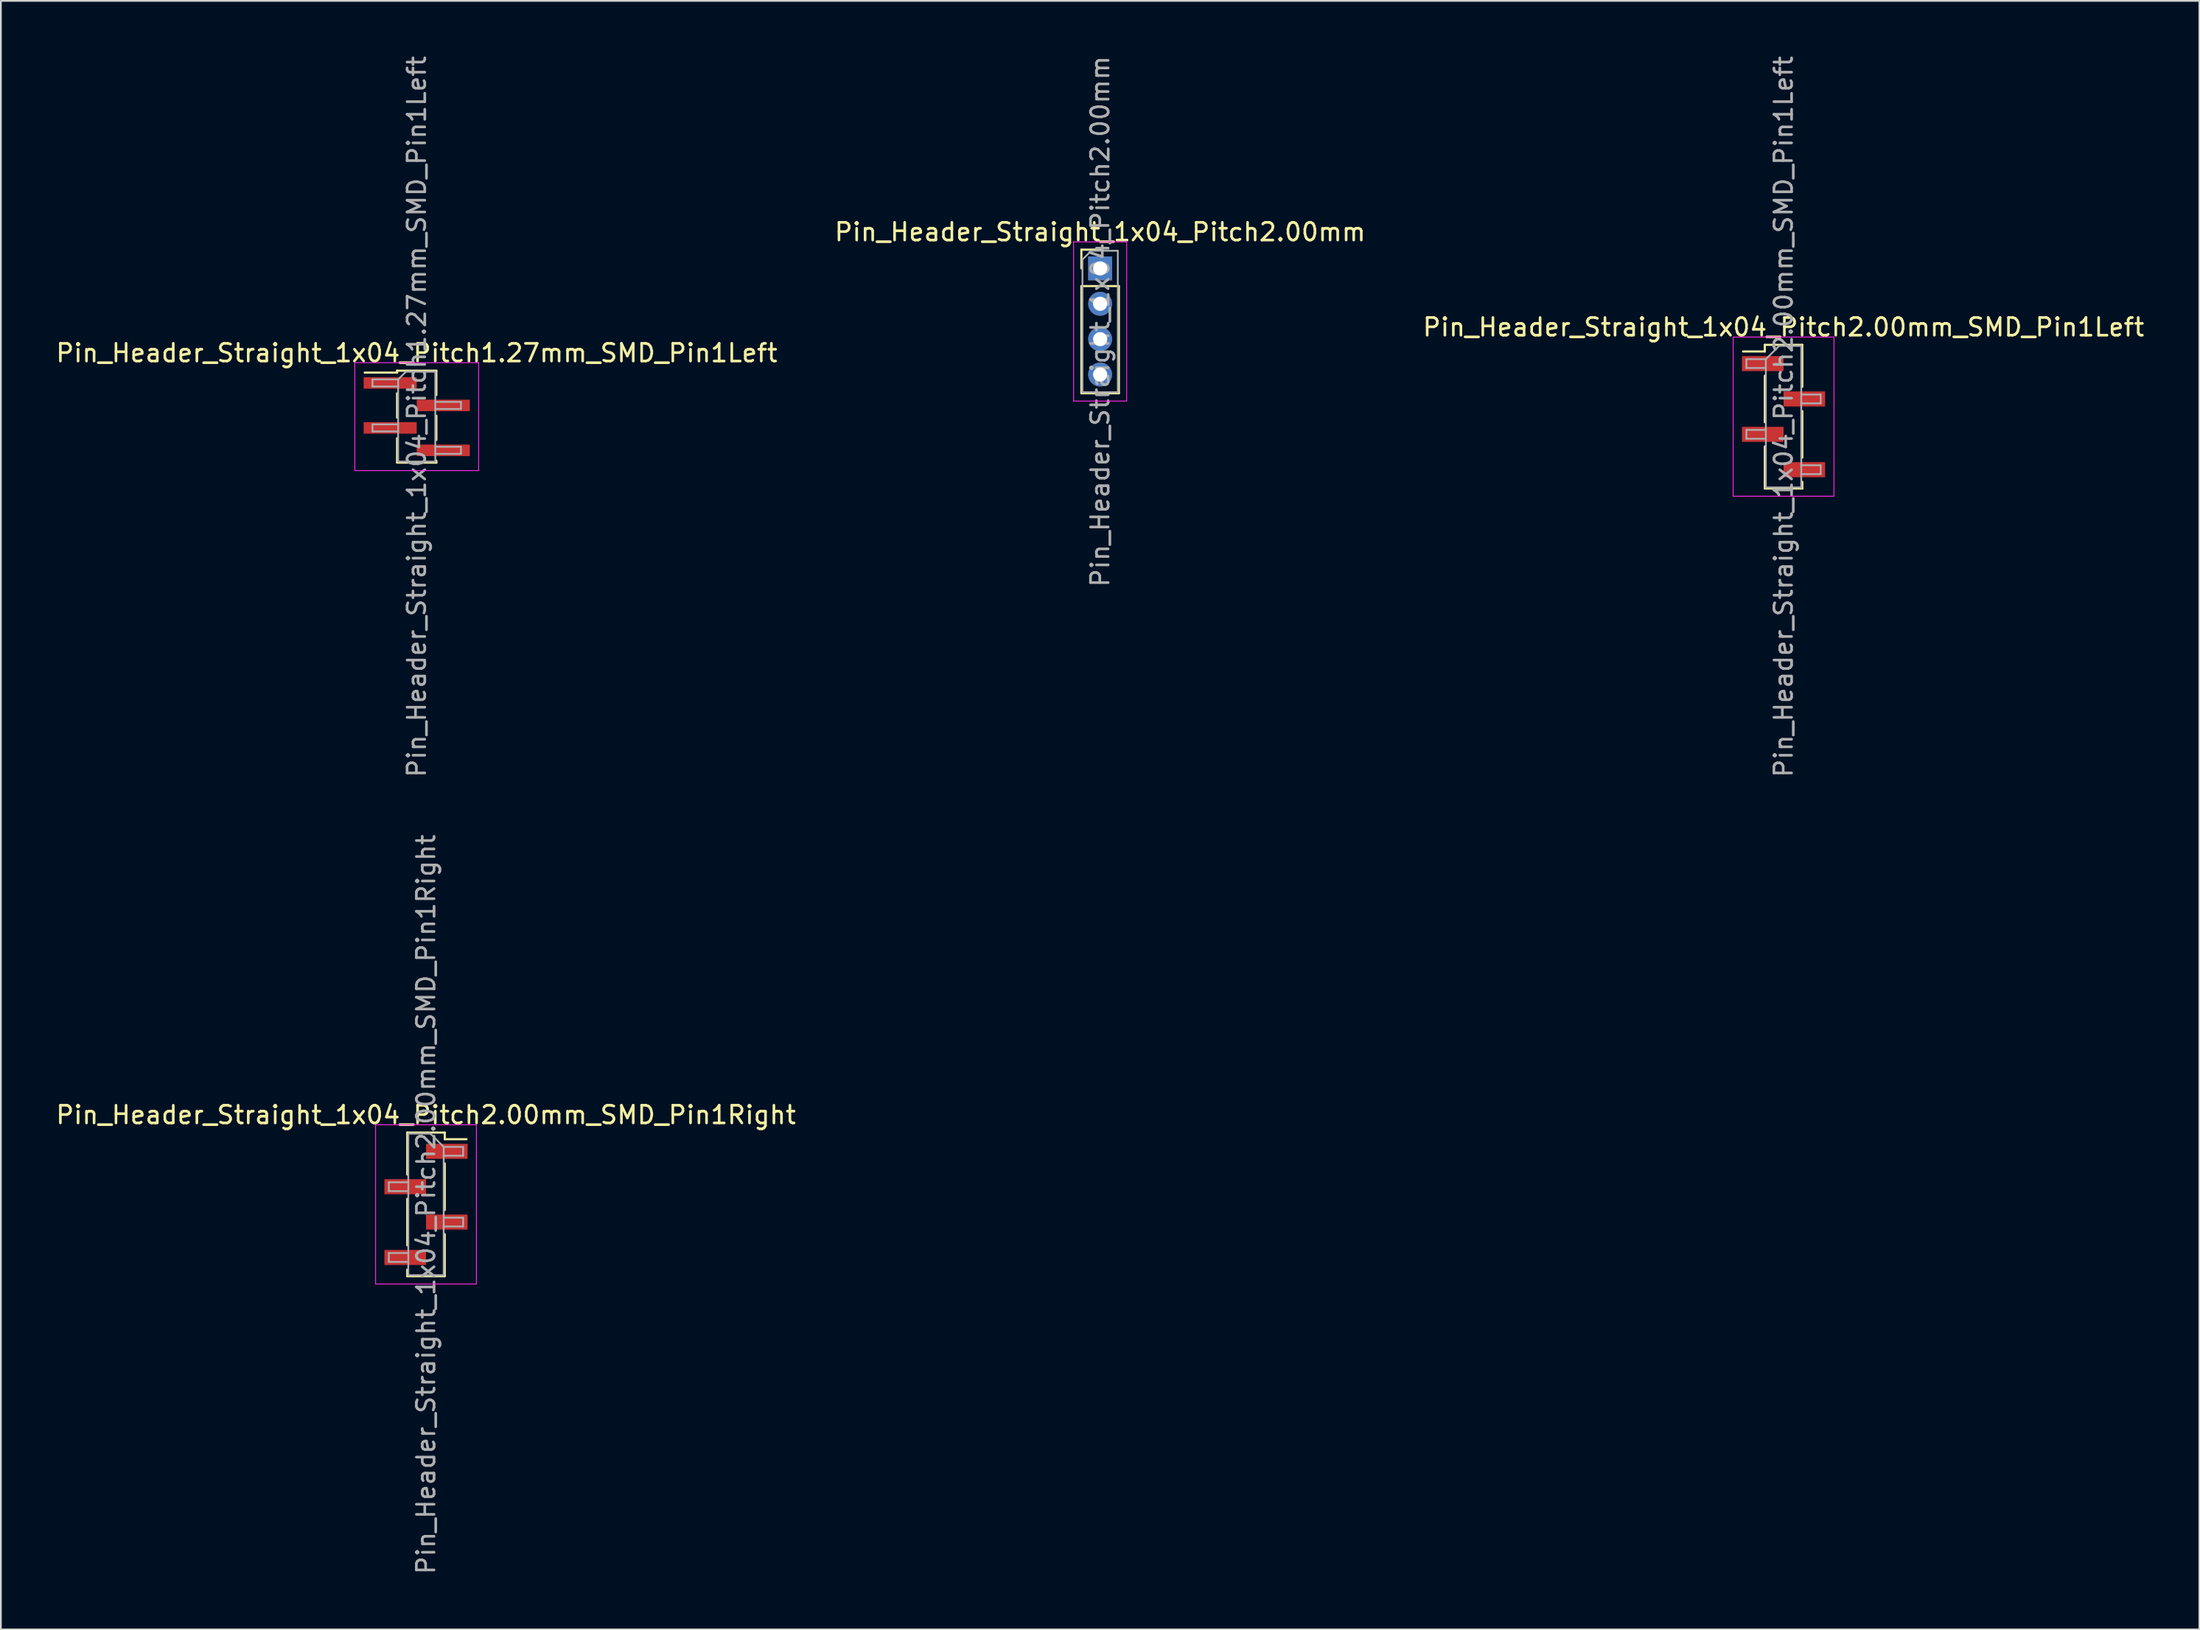
<source format=kicad_pcb>
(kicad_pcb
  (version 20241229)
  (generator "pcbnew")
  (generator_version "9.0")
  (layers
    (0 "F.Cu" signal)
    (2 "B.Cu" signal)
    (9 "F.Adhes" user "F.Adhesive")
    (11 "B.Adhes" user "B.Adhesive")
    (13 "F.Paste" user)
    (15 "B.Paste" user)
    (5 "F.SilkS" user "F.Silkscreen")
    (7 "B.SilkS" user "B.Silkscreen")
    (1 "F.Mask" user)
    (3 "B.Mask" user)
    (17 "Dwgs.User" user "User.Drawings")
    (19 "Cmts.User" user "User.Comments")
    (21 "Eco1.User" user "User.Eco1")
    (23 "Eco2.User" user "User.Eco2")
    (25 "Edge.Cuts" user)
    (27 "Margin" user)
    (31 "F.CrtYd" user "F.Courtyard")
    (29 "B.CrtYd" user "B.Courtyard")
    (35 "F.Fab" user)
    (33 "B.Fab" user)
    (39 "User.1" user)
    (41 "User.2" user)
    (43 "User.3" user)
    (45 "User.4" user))
  (footprint "Pin_Header_Straight_1x04_Pitch1.27mm_SMD_Pin1Left"
    (layer "F.Cu")
    (at 20.506 20.506)
    (property "Reference" "Pin_Header_Straight_1x04_Pitch1.27mm_SMD_Pin1Left" (at 0 -3.6 0) (layer "F.SilkS") (effects (font (size 1 1) (thickness 0.15))))
    (attr smd)
    (fp_line (start -1.11 -2.6) (end -1.11 -2.49) (stroke (width 0.12) (type solid)) (layer "F.SilkS"))
    (fp_line (start -1.11 -2.6) (end 1.11 -2.6) (stroke (width 0.12) (type solid)) (layer "F.SilkS"))
    (fp_line (start -1.11 -2.49) (end -2.94 -2.49) (stroke (width 0.12) (type solid)) (layer "F.SilkS"))
    (fp_line (start -1.11 -1.32) (end -1.11 0.05) (stroke (width 0.12) (type solid)) (layer "F.SilkS"))
    (fp_line (start -1.11 1.22) (end -1.11 2.59) (stroke (width 0.12) (type solid)) (layer "F.SilkS"))
    (fp_line (start -1.11 2.6) (end 1.11 2.6) (stroke (width 0.12) (type solid)) (layer "F.SilkS"))
    (fp_line (start 1.11 -2.59) (end 1.11 -1.22) (stroke (width 0.12) (type solid)) (layer "F.SilkS"))
    (fp_line (start 1.11 -0.05) (end 1.11 1.32) (stroke (width 0.12) (type solid)) (layer "F.SilkS"))
    (fp_line (start 1.11 2.49) (end 1.11 2.6) (stroke (width 0.12) (type solid)) (layer "F.SilkS"))
    (fp_line (start -3.5 -3.05) (end -3.5 3.05) (stroke (width 0.05) (type solid)) (layer "F.CrtYd"))
    (fp_line (start -3.5 3.05) (end 3.5 3.05) (stroke (width 0.05) (type solid)) (layer "F.CrtYd"))
    (fp_line (start 3.5 -3.05) (end -3.5 -3.05) (stroke (width 0.05) (type solid)) (layer "F.CrtYd"))
    (fp_line (start 3.5 3.05) (end 3.5 -3.05) (stroke (width 0.05) (type solid)) (layer "F.CrtYd"))
    (fp_line (start -2.5 -2.105) (end -2.5 -1.705) (stroke (width 0.1) (type solid)) (layer "F.Fab"))
    (fp_line (start -2.5 -1.705) (end -1.05 -1.705) (stroke (width 0.1) (type solid)) (layer "F.Fab"))
    (fp_line (start -2.5 0.435) (end -2.5 0.835) (stroke (width 0.1) (type solid)) (layer "F.Fab"))
    (fp_line (start -2.5 0.835) (end -1.05 0.835) (stroke (width 0.1) (type solid)) (layer "F.Fab"))
    (fp_line (start -1.05 -2.105) (end -2.5 -2.105) (stroke (width 0.1) (type solid)) (layer "F.Fab"))
    (fp_line (start -1.05 -2.105) (end -0.615 -2.54) (stroke (width 0.1) (type solid)) (layer "F.Fab"))
    (fp_line (start -1.05 0.435) (end -2.5 0.435) (stroke (width 0.1) (type solid)) (layer "F.Fab"))
    (fp_line (start -1.05 2.54) (end -1.05 -2.105) (stroke (width 0.1) (type solid)) (layer "F.Fab"))
    (fp_line (start -0.615 -2.54) (end 1.05 -2.54) (stroke (width 0.1) (type solid)) (layer "F.Fab"))
    (fp_line (start 1.05 -2.54) (end 1.05 2.54) (stroke (width 0.1) (type solid)) (layer "F.Fab"))
    (fp_line (start 1.05 -0.835) (end 2.5 -0.835) (stroke (width 0.1) (type solid)) (layer "F.Fab"))
    (fp_line (start 1.05 1.705) (end 2.5 1.705) (stroke (width 0.1) (type solid)) (layer "F.Fab"))
    (fp_line (start 1.05 2.54) (end -1.05 2.54) (stroke (width 0.1) (type solid)) (layer "F.Fab"))
    (fp_line (start 2.5 -0.835) (end 2.5 -0.435) (stroke (width 0.1) (type solid)) (layer "F.Fab"))
    (fp_line (start 2.5 -0.435) (end 1.05 -0.435) (stroke (width 0.1) (type solid)) (layer "F.Fab"))
    (fp_line (start 2.5 1.705) (end 2.5 2.105) (stroke (width 0.1) (type solid)) (layer "F.Fab"))
    (fp_line (start 2.5 2.105) (end 1.05 2.105) (stroke (width 0.1) (type solid)) (layer "F.Fab"))
    (fp_text user "${REFERENCE}" (at 0 0 90) (layer "F.Fab") (effects (font (size 1 1) (thickness 0.15))))
    (pad "1" smd rect (at -1.5 -1.905) (size 3 0.65) (layers "F.Cu" "F.Mask" "F.Paste"))
    (pad "2" smd rect (at 1.5 -0.635) (size 3 0.65) (layers "F.Cu" "F.Mask" "F.Paste"))
    (pad "3" smd rect (at -1.5 0.635) (size 3 0.65) (layers "F.Cu" "F.Mask" "F.Paste"))
    (pad "4" smd rect (at 1.5 1.905) (size 3 0.65) (layers "F.Cu" "F.Mask" "F.Paste")))
  (footprint "Pin_Header_Straight_1x04_Pitch2.00mm_SMD_Pin1Left"
    (layer "F.Cu")
    (at 97.768 20.506)
    (property "Reference" "Pin_Header_Straight_1x04_Pitch2.00mm_SMD_Pin1Left" (at 0 -5.06 0) (layer "F.SilkS") (effects (font (size 1 1) (thickness 0.15))))
    (attr smd)
    (fp_line (start -1.06 -4.06) (end -1.06 -3.685) (stroke (width 0.12) (type solid)) (layer "F.SilkS"))
    (fp_line (start -1.06 -4.06) (end 1.06 -4.06) (stroke (width 0.12) (type solid)) (layer "F.SilkS"))
    (fp_line (start -1.06 -3.685) (end -2.29 -3.685) (stroke (width 0.12) (type solid)) (layer "F.SilkS"))
    (fp_line (start -1.06 -2.315) (end -1.06 0.315) (stroke (width 0.12) (type solid)) (layer "F.SilkS"))
    (fp_line (start -1.06 1.685) (end -1.06 4.06) (stroke (width 0.12) (type solid)) (layer "F.SilkS"))
    (fp_line (start -1.06 4.06) (end 1.06 4.06) (stroke (width 0.12) (type solid)) (layer "F.SilkS"))
    (fp_line (start 1.06 -4.06) (end 1.06 -1.685) (stroke (width 0.12) (type solid)) (layer "F.SilkS"))
    (fp_line (start 1.06 -0.315) (end 1.06 2.315) (stroke (width 0.12) (type solid)) (layer "F.SilkS"))
    (fp_line (start 1.06 3.685) (end 1.06 4.06) (stroke (width 0.12) (type solid)) (layer "F.SilkS"))
    (fp_line (start -2.85 -4.5) (end -2.85 4.5) (stroke (width 0.05) (type solid)) (layer "F.CrtYd"))
    (fp_line (start -2.85 4.5) (end 2.85 4.5) (stroke (width 0.05) (type solid)) (layer "F.CrtYd"))
    (fp_line (start 2.85 -4.5) (end -2.85 -4.5) (stroke (width 0.05) (type solid)) (layer "F.CrtYd"))
    (fp_line (start 2.85 4.5) (end 2.85 -4.5) (stroke (width 0.05) (type solid)) (layer "F.CrtYd"))
    (fp_line (start -2.1 -3.25) (end -2.1 -2.75) (stroke (width 0.1) (type solid)) (layer "F.Fab"))
    (fp_line (start -2.1 -2.75) (end -1 -2.75) (stroke (width 0.1) (type solid)) (layer "F.Fab"))
    (fp_line (start -2.1 0.75) (end -2.1 1.25) (stroke (width 0.1) (type solid)) (layer "F.Fab"))
    (fp_line (start -2.1 1.25) (end -1 1.25) (stroke (width 0.1) (type solid)) (layer "F.Fab"))
    (fp_line (start -1 -3.25) (end -2.1 -3.25) (stroke (width 0.1) (type solid)) (layer "F.Fab"))
    (fp_line (start -1 -3.25) (end -0.25 -4) (stroke (width 0.1) (type solid)) (layer "F.Fab"))
    (fp_line (start -1 0.75) (end -2.1 0.75) (stroke (width 0.1) (type solid)) (layer "F.Fab"))
    (fp_line (start -1 4) (end -1 -3.25) (stroke (width 0.1) (type solid)) (layer "F.Fab"))
    (fp_line (start -0.25 -4) (end 1 -4) (stroke (width 0.1) (type solid)) (layer "F.Fab"))
    (fp_line (start 1 -4) (end 1 4) (stroke (width 0.1) (type solid)) (layer "F.Fab"))
    (fp_line (start 1 -1.25) (end 2.1 -1.25) (stroke (width 0.1) (type solid)) (layer "F.Fab"))
    (fp_line (start 1 2.75) (end 2.1 2.75) (stroke (width 0.1) (type solid)) (layer "F.Fab"))
    (fp_line (start 1 4) (end -1 4) (stroke (width 0.1) (type solid)) (layer "F.Fab"))
    (fp_line (start 2.1 -1.25) (end 2.1 -0.75) (stroke (width 0.1) (type solid)) (layer "F.Fab"))
    (fp_line (start 2.1 -0.75) (end 1 -0.75) (stroke (width 0.1) (type solid)) (layer "F.Fab"))
    (fp_line (start 2.1 2.75) (end 2.1 3.25) (stroke (width 0.1) (type solid)) (layer "F.Fab"))
    (fp_line (start 2.1 3.25) (end 1 3.25) (stroke (width 0.1) (type solid)) (layer "F.Fab"))
    (fp_text user "${REFERENCE}" (at 0 0 90) (layer "F.Fab") (effects (font (size 1 1) (thickness 0.15))))
    (pad "1" smd rect (at -1.175 -3) (size 2.35 0.85) (layers "F.Cu" "F.Mask" "F.Paste"))
    (pad "2" smd rect (at 1.175 -1) (size 2.35 0.85) (layers "F.Cu" "F.Mask" "F.Paste"))
    (pad "3" smd rect (at -1.175 1) (size 2.35 0.85) (layers "F.Cu" "F.Mask" "F.Paste"))
    (pad "4" smd rect (at 1.175 3) (size 2.35 0.85) (layers "F.Cu" "F.Mask" "F.Paste")))
  (footprint "Pin_Header_Straight_1x04_Pitch2.00mm"
    (layer "F.Cu")
    (at 59.137 12.125)
    (property "Reference" "Pin_Header_Straight_1x04_Pitch2.00mm" (at 0 -2.06 0) (layer "F.SilkS") (effects (font (size 1 1) (thickness 0.15))))
    (attr through_hole)
    (fp_line (start -1.06 -1.06) (end 0 -1.06) (stroke (width 0.12) (type solid)) (layer "F.SilkS"))
    (fp_line (start -1.06 0) (end -1.06 -1.06) (stroke (width 0.12) (type solid)) (layer "F.SilkS"))
    (fp_line (start -1.06 1) (end -1.06 7.06) (stroke (width 0.12) (type solid)) (layer "F.SilkS"))
    (fp_line (start -1.06 1) (end 1.06 1) (stroke (width 0.12) (type solid)) (layer "F.SilkS"))
    (fp_line (start -1.06 7.06) (end 1.06 7.06) (stroke (width 0.12) (type solid)) (layer "F.SilkS"))
    (fp_line (start 1.06 1) (end 1.06 7.06) (stroke (width 0.12) (type solid)) (layer "F.SilkS"))
    (fp_line (start -1.5 -1.5) (end -1.5 7.5) (stroke (width 0.05) (type solid)) (layer "F.CrtYd"))
    (fp_line (start -1.5 7.5) (end 1.5 7.5) (stroke (width 0.05) (type solid)) (layer "F.CrtYd"))
    (fp_line (start 1.5 -1.5) (end -1.5 -1.5) (stroke (width 0.05) (type solid)) (layer "F.CrtYd"))
    (fp_line (start 1.5 7.5) (end 1.5 -1.5) (stroke (width 0.05) (type solid)) (layer "F.CrtYd"))
    (fp_line (start -1 -0.5) (end -0.5 -1) (stroke (width 0.1) (type solid)) (layer "F.Fab"))
    (fp_line (start -1 7) (end -1 -0.5) (stroke (width 0.1) (type solid)) (layer "F.Fab"))
    (fp_line (start -0.5 -1) (end 1 -1) (stroke (width 0.1) (type solid)) (layer "F.Fab"))
    (fp_line (start 1 -1) (end 1 7) (stroke (width 0.1) (type solid)) (layer "F.Fab"))
    (fp_line (start 1 7) (end -1 7) (stroke (width 0.1) (type solid)) (layer "F.Fab"))
    (fp_text user "${REFERENCE}" (at 0 3 90) (layer "F.Fab") (effects (font (size 1 1) (thickness 0.15))))
    (pad "1" thru_hole rect (at 0 0) (size 1.35 1.35) (drill 0.8) (layers "*.Cu" "*.Mask"))
    (pad "2" thru_hole oval (at 0 2) (size 1.35 1.35) (drill 0.8) (layers "*.Cu" "*.Mask"))
    (pad "3" thru_hole oval (at 0 4) (size 1.35 1.35) (drill 0.8) (layers "*.Cu" "*.Mask"))
    (pad "4" thru_hole oval (at 0 6) (size 1.35 1.35) (drill 0.8) (layers "*.Cu" "*.Mask")))
  (footprint "Pin_Header_Straight_1x04_Pitch2.00mm_SMD_Pin1Right"
    (layer "F.Cu")
    (at 21.03 65.042)
    (property "Reference" "Pin_Header_Straight_1x04_Pitch2.00mm_SMD_Pin1Right" (at 0 -5.06 0) (layer "F.SilkS") (effects (font (size 1 1) (thickness 0.15))))
    (attr smd)
    (fp_line (start -1.06 -4.06) (end -1.06 -1.685) (stroke (width 0.12) (type solid)) (layer "F.SilkS"))
    (fp_line (start -1.06 -4.06) (end 1.06 -4.06) (stroke (width 0.12) (type solid)) (layer "F.SilkS"))
    (fp_line (start -1.06 -0.315) (end -1.06 2.315) (stroke (width 0.12) (type solid)) (layer "F.SilkS"))
    (fp_line (start -1.06 3.685) (end -1.06 4.06) (stroke (width 0.12) (type solid)) (layer "F.SilkS"))
    (fp_line (start -1.06 4.06) (end 1.06 4.06) (stroke (width 0.12) (type solid)) (layer "F.SilkS"))
    (fp_line (start 1.06 -4.06) (end 1.06 -3.685) (stroke (width 0.12) (type solid)) (layer "F.SilkS"))
    (fp_line (start 1.06 -3.685) (end 2.29 -3.685) (stroke (width 0.12) (type solid)) (layer "F.SilkS"))
    (fp_line (start 1.06 -2.315) (end 1.06 0.315) (stroke (width 0.12) (type solid)) (layer "F.SilkS"))
    (fp_line (start 1.06 1.685) (end 1.06 4.06) (stroke (width 0.12) (type solid)) (layer "F.SilkS"))
    (fp_line (start -2.85 -4.5) (end -2.85 4.5) (stroke (width 0.05) (type solid)) (layer "F.CrtYd"))
    (fp_line (start -2.85 4.5) (end 2.85 4.5) (stroke (width 0.05) (type solid)) (layer "F.CrtYd"))
    (fp_line (start 2.85 -4.5) (end -2.85 -4.5) (stroke (width 0.05) (type solid)) (layer "F.CrtYd"))
    (fp_line (start 2.85 4.5) (end 2.85 -4.5) (stroke (width 0.05) (type solid)) (layer "F.CrtYd"))
    (fp_line (start -2.1 -1.25) (end -2.1 -0.75) (stroke (width 0.1) (type solid)) (layer "F.Fab"))
    (fp_line (start -2.1 -0.75) (end -1 -0.75) (stroke (width 0.1) (type solid)) (layer "F.Fab"))
    (fp_line (start -2.1 2.75) (end -2.1 3.25) (stroke (width 0.1) (type solid)) (layer "F.Fab"))
    (fp_line (start -2.1 3.25) (end -1 3.25) (stroke (width 0.1) (type solid)) (layer "F.Fab"))
    (fp_line (start -1 -4) (end -1 4) (stroke (width 0.1) (type solid)) (layer "F.Fab"))
    (fp_line (start -1 -4) (end 0.25 -4) (stroke (width 0.1) (type solid)) (layer "F.Fab"))
    (fp_line (start -1 -1.25) (end -2.1 -1.25) (stroke (width 0.1) (type solid)) (layer "F.Fab"))
    (fp_line (start -1 2.75) (end -2.1 2.75) (stroke (width 0.1) (type solid)) (layer "F.Fab"))
    (fp_line (start 1 -3.25) (end 0.25 -4) (stroke (width 0.1) (type solid)) (layer "F.Fab"))
    (fp_line (start 1 -3.25) (end 2.1 -3.25) (stroke (width 0.1) (type solid)) (layer "F.Fab"))
    (fp_line (start 1 0.75) (end 2.1 0.75) (stroke (width 0.1) (type solid)) (layer "F.Fab"))
    (fp_line (start 1 4) (end -1 4) (stroke (width 0.1) (type solid)) (layer "F.Fab"))
    (fp_line (start 1 4) (end 1 -3.25) (stroke (width 0.1) (type solid)) (layer "F.Fab"))
    (fp_line (start 2.1 -3.25) (end 2.1 -2.75) (stroke (width 0.1) (type solid)) (layer "F.Fab"))
    (fp_line (start 2.1 -2.75) (end 1 -2.75) (stroke (width 0.1) (type solid)) (layer "F.Fab"))
    (fp_line (start 2.1 0.75) (end 2.1 1.25) (stroke (width 0.1) (type solid)) (layer "F.Fab"))
    (fp_line (start 2.1 1.25) (end 1 1.25) (stroke (width 0.1) (type solid)) (layer "F.Fab"))
    (fp_text user "${REFERENCE}" (at 0 0 90) (layer "F.Fab") (effects (font (size 1 1) (thickness 0.15))))
    (pad "1" smd rect (at 1.175 -3) (size 2.35 0.85) (layers "F.Cu" "F.Mask" "F.Paste"))
    (pad "2" smd rect (at -1.175 -1) (size 2.35 0.85) (layers "F.Cu" "F.Mask" "F.Paste"))
    (pad "3" smd rect (at 1.175 1) (size 2.35 0.85) (layers "F.Cu" "F.Mask" "F.Paste"))
    (pad "4" smd rect (at -1.175 3) (size 2.35 0.85) (layers "F.Cu" "F.Mask" "F.Paste")))
  (gr_rect
    (start -3 -3)
    (end 121.274 89.071)
    (stroke (width 0.1) (type default))
    (fill no)
    (layer "Edge.Cuts")))
</source>
